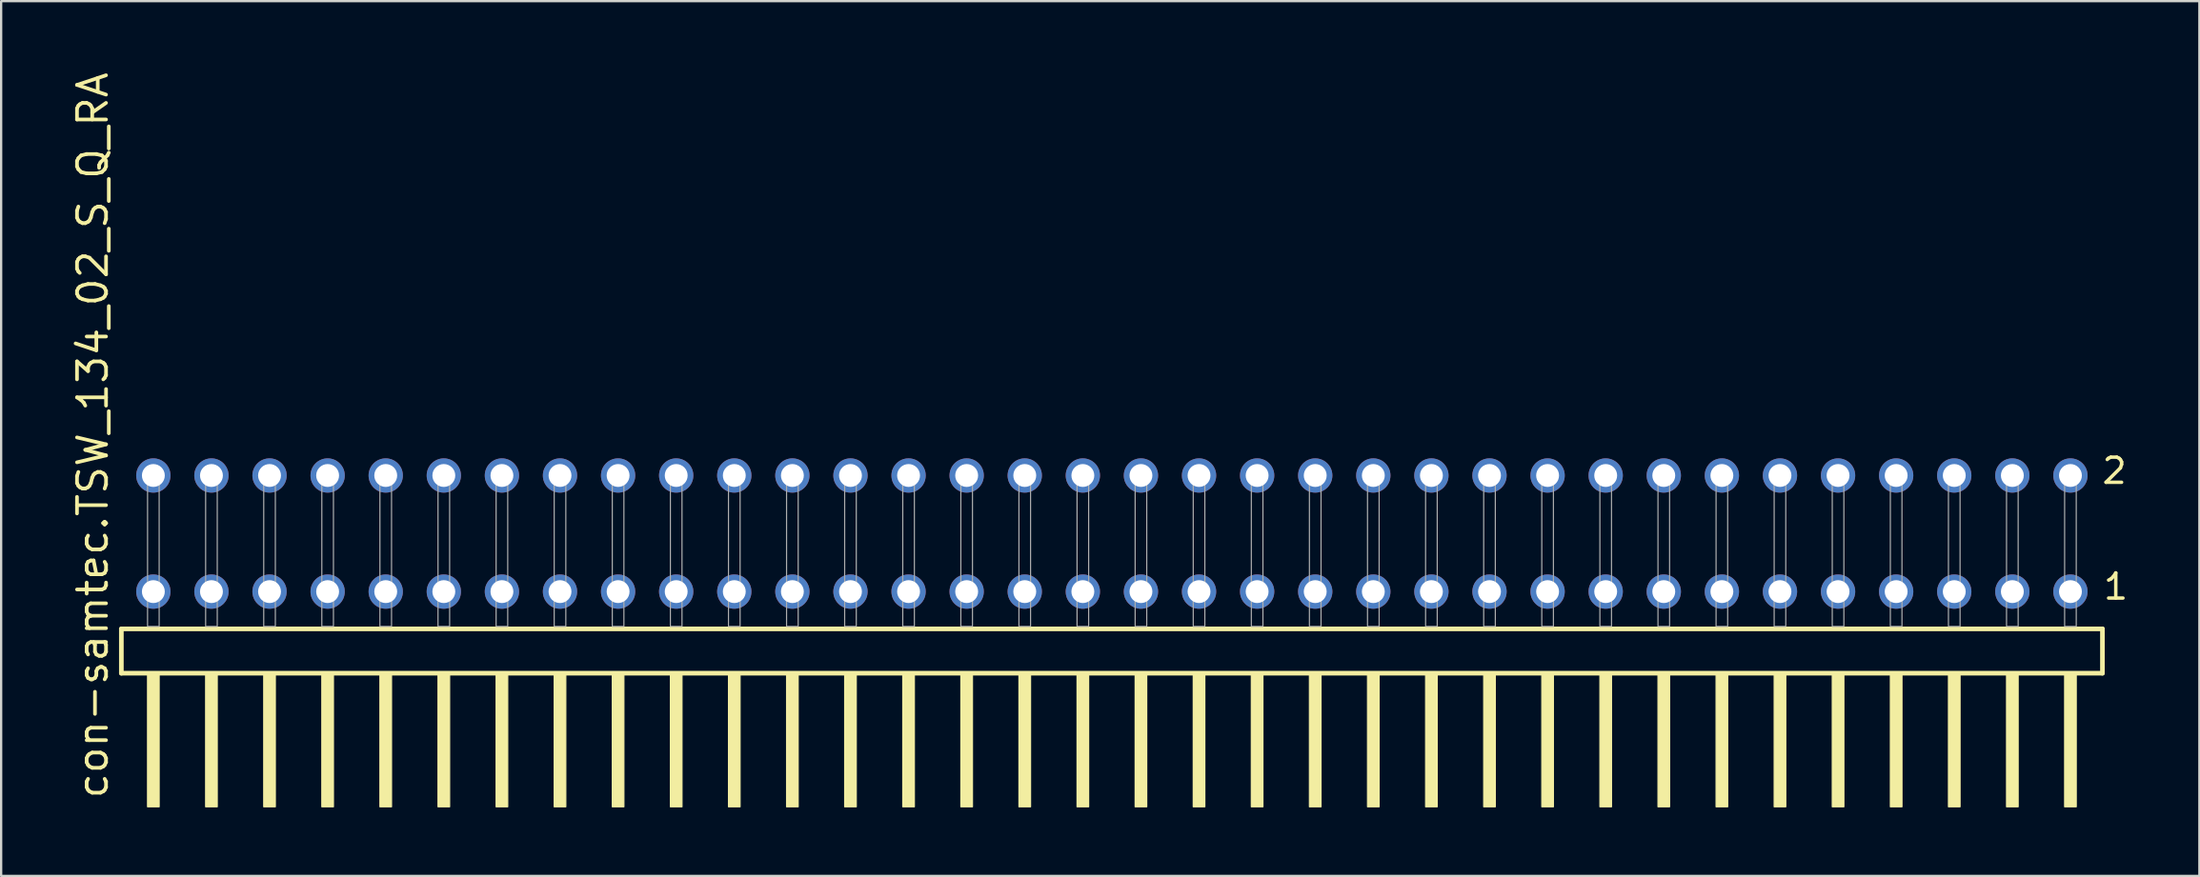
<source format=kicad_pcb>
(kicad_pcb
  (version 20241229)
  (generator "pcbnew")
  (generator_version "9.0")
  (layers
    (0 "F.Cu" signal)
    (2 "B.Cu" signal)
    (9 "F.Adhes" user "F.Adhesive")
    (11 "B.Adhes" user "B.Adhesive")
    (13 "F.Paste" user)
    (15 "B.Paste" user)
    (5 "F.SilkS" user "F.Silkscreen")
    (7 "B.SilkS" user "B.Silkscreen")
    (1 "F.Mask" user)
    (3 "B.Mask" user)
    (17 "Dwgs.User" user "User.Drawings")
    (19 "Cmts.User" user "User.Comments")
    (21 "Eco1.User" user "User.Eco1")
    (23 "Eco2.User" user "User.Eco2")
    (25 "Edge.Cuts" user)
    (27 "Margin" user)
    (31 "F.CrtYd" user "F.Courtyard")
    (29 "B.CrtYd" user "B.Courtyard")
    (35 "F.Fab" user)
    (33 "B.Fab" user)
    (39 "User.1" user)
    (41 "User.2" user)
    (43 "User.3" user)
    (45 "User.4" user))
  (footprint "con-samtec.TSW_134_02_S_Q_RA"
    (layer "F.Cu")
    (at 45.565 24.356)
    (property "Reference" "con-samtec.TSW_134_02_S_Q_RA" (at -43.815 7.62 90) (layer "F.SilkS") (effects (font (size 1.27 1.27) (thickness 0.16)) (justify left bottom)))
    (attr through_hole)
    (fp_line (start -43.309 0.106) (end -43.309 2.046) (stroke (width 0.203) (type default)) (layer "F.SilkS"))
    (fp_line (start -43.309 2.046) (end 43.309 2.046) (stroke (width 0.203) (type default)) (layer "F.SilkS"))
    (fp_line (start 43.309 0.106) (end -43.309 0.106) (stroke (width 0.203) (type default)) (layer "F.SilkS"))
    (fp_line (start 43.309 2.046) (end 43.309 0.106) (stroke (width 0.203) (type default)) (layer "F.SilkS"))
    (fp_rect (start -42.164 7.89) (end -41.656 2.04) (stroke (width 0.05) (type default)) (fill yes) (layer "F.SilkS"))
    (fp_rect (start -39.624 7.89) (end -39.116 2.04) (stroke (width 0.05) (type default)) (fill yes) (layer "F.SilkS"))
    (fp_rect (start -37.084 7.89) (end -36.576 2.04) (stroke (width 0.05) (type default)) (fill yes) (layer "F.SilkS"))
    (fp_rect (start -34.544 7.89) (end -34.036 2.04) (stroke (width 0.05) (type default)) (fill yes) (layer "F.SilkS"))
    (fp_rect (start -32.004 7.89) (end -31.496 2.04) (stroke (width 0.05) (type default)) (fill yes) (layer "F.SilkS"))
    (fp_rect (start -29.464 7.89) (end -28.956 2.04) (stroke (width 0.05) (type default)) (fill yes) (layer "F.SilkS"))
    (fp_rect (start -26.924 7.89) (end -26.416 2.04) (stroke (width 0.05) (type default)) (fill yes) (layer "F.SilkS"))
    (fp_rect (start -24.384 7.89) (end -23.876 2.04) (stroke (width 0.05) (type default)) (fill yes) (layer "F.SilkS"))
    (fp_rect (start -21.844 7.89) (end -21.336 2.04) (stroke (width 0.05) (type default)) (fill yes) (layer "F.SilkS"))
    (fp_rect (start -19.304 7.89) (end -18.796 2.04) (stroke (width 0.05) (type default)) (fill yes) (layer "F.SilkS"))
    (fp_rect (start -16.764 7.89) (end -16.256 2.04) (stroke (width 0.05) (type default)) (fill yes) (layer "F.SilkS"))
    (fp_rect (start -14.224 7.89) (end -13.716 2.04) (stroke (width 0.05) (type default)) (fill yes) (layer "F.SilkS"))
    (fp_rect (start -11.684 7.89) (end -11.176 2.04) (stroke (width 0.05) (type default)) (fill yes) (layer "F.SilkS"))
    (fp_rect (start -9.144 7.89) (end -8.636 2.04) (stroke (width 0.05) (type default)) (fill yes) (layer "F.SilkS"))
    (fp_rect (start -6.604 7.89) (end -6.096 2.04) (stroke (width 0.05) (type default)) (fill yes) (layer "F.SilkS"))
    (fp_rect (start -4.064 7.89) (end -3.556 2.04) (stroke (width 0.05) (type default)) (fill yes) (layer "F.SilkS"))
    (fp_rect (start -1.524 7.89) (end -1.016 2.04) (stroke (width 0.05) (type default)) (fill yes) (layer "F.SilkS"))
    (fp_rect (start 1.016 7.89) (end 1.524 2.04) (stroke (width 0.05) (type default)) (fill yes) (layer "F.SilkS"))
    (fp_rect (start 3.556 7.89) (end 4.064 2.04) (stroke (width 0.05) (type default)) (fill yes) (layer "F.SilkS"))
    (fp_rect (start 6.096 7.89) (end 6.604 2.04) (stroke (width 0.05) (type default)) (fill yes) (layer "F.SilkS"))
    (fp_rect (start 8.636 7.89) (end 9.144 2.04) (stroke (width 0.05) (type default)) (fill yes) (layer "F.SilkS"))
    (fp_rect (start 11.176 7.89) (end 11.684 2.04) (stroke (width 0.05) (type default)) (fill yes) (layer "F.SilkS"))
    (fp_rect (start 13.716 7.89) (end 14.224 2.04) (stroke (width 0.05) (type default)) (fill yes) (layer "F.SilkS"))
    (fp_rect (start 16.256 7.89) (end 16.764 2.04) (stroke (width 0.05) (type default)) (fill yes) (layer "F.SilkS"))
    (fp_rect (start 18.796 7.89) (end 19.304 2.04) (stroke (width 0.05) (type default)) (fill yes) (layer "F.SilkS"))
    (fp_rect (start 21.336 7.89) (end 21.844 2.04) (stroke (width 0.05) (type default)) (fill yes) (layer "F.SilkS"))
    (fp_rect (start 23.876 7.89) (end 24.384 2.04) (stroke (width 0.05) (type default)) (fill yes) (layer "F.SilkS"))
    (fp_rect (start 26.416 7.89) (end 26.924 2.04) (stroke (width 0.05) (type default)) (fill yes) (layer "F.SilkS"))
    (fp_rect (start 28.956 7.89) (end 29.464 2.04) (stroke (width 0.05) (type default)) (fill yes) (layer "F.SilkS"))
    (fp_rect (start 31.496 7.89) (end 32.004 2.04) (stroke (width 0.05) (type default)) (fill yes) (layer "F.SilkS"))
    (fp_rect (start 34.036 7.89) (end 34.544 2.04) (stroke (width 0.05) (type default)) (fill yes) (layer "F.SilkS"))
    (fp_rect (start 36.576 7.89) (end 37.084 2.04) (stroke (width 0.05) (type default)) (fill yes) (layer "F.SilkS"))
    (fp_rect (start 39.116 7.89) (end 39.624 2.04) (stroke (width 0.05) (type default)) (fill yes) (layer "F.SilkS"))
    (fp_rect (start 41.656 7.89) (end 42.164 2.04) (stroke (width 0.05) (type default)) (fill yes) (layer "F.SilkS"))
    (fp_rect (start -42.164 0) (end -41.656 -6.858) (stroke (width 0.05) (type default)) (fill no) (layer "F.Fab"))
    (fp_rect (start -39.624 0) (end -39.116 -6.858) (stroke (width 0.05) (type default)) (fill no) (layer "F.Fab"))
    (fp_rect (start -37.084 0) (end -36.576 -6.858) (stroke (width 0.05) (type default)) (fill no) (layer "F.Fab"))
    (fp_rect (start -34.544 0) (end -34.036 -6.858) (stroke (width 0.05) (type default)) (fill no) (layer "F.Fab"))
    (fp_rect (start -32.004 0) (end -31.496 -6.858) (stroke (width 0.05) (type default)) (fill no) (layer "F.Fab"))
    (fp_rect (start -29.464 0) (end -28.956 -6.858) (stroke (width 0.05) (type default)) (fill no) (layer "F.Fab"))
    (fp_rect (start -26.924 0) (end -26.416 -6.858) (stroke (width 0.05) (type default)) (fill no) (layer "F.Fab"))
    (fp_rect (start -24.384 0) (end -23.876 -6.858) (stroke (width 0.05) (type default)) (fill no) (layer "F.Fab"))
    (fp_rect (start -21.844 0) (end -21.336 -6.858) (stroke (width 0.05) (type default)) (fill no) (layer "F.Fab"))
    (fp_rect (start -19.304 0) (end -18.796 -6.858) (stroke (width 0.05) (type default)) (fill no) (layer "F.Fab"))
    (fp_rect (start -16.764 0) (end -16.256 -6.858) (stroke (width 0.05) (type default)) (fill no) (layer "F.Fab"))
    (fp_rect (start -14.224 0) (end -13.716 -6.858) (stroke (width 0.05) (type default)) (fill no) (layer "F.Fab"))
    (fp_rect (start -11.684 0) (end -11.176 -6.858) (stroke (width 0.05) (type default)) (fill no) (layer "F.Fab"))
    (fp_rect (start -9.144 0) (end -8.636 -6.858) (stroke (width 0.05) (type default)) (fill no) (layer "F.Fab"))
    (fp_rect (start -6.604 0) (end -6.096 -6.858) (stroke (width 0.05) (type default)) (fill no) (layer "F.Fab"))
    (fp_rect (start -4.064 0) (end -3.556 -6.858) (stroke (width 0.05) (type default)) (fill no) (layer "F.Fab"))
    (fp_rect (start -1.524 0) (end -1.016 -6.858) (stroke (width 0.05) (type default)) (fill no) (layer "F.Fab"))
    (fp_rect (start 1.016 0) (end 1.524 -6.858) (stroke (width 0.05) (type default)) (fill no) (layer "F.Fab"))
    (fp_rect (start 3.556 0) (end 4.064 -6.858) (stroke (width 0.05) (type default)) (fill no) (layer "F.Fab"))
    (fp_rect (start 6.096 0) (end 6.604 -6.858) (stroke (width 0.05) (type default)) (fill no) (layer "F.Fab"))
    (fp_rect (start 8.636 0) (end 9.144 -6.858) (stroke (width 0.05) (type default)) (fill no) (layer "F.Fab"))
    (fp_rect (start 11.176 0) (end 11.684 -6.858) (stroke (width 0.05) (type default)) (fill no) (layer "F.Fab"))
    (fp_rect (start 13.716 0) (end 14.224 -6.858) (stroke (width 0.05) (type default)) (fill no) (layer "F.Fab"))
    (fp_rect (start 16.256 0) (end 16.764 -6.858) (stroke (width 0.05) (type default)) (fill no) (layer "F.Fab"))
    (fp_rect (start 18.796 0) (end 19.304 -6.858) (stroke (width 0.05) (type default)) (fill no) (layer "F.Fab"))
    (fp_rect (start 21.336 0) (end 21.844 -6.858) (stroke (width 0.05) (type default)) (fill no) (layer "F.Fab"))
    (fp_rect (start 23.876 0) (end 24.384 -6.858) (stroke (width 0.05) (type default)) (fill no) (layer "F.Fab"))
    (fp_rect (start 26.416 0) (end 26.924 -6.858) (stroke (width 0.05) (type default)) (fill no) (layer "F.Fab"))
    (fp_rect (start 28.956 0) (end 29.464 -6.858) (stroke (width 0.05) (type default)) (fill no) (layer "F.Fab"))
    (fp_rect (start 31.496 0) (end 32.004 -6.858) (stroke (width 0.05) (type default)) (fill no) (layer "F.Fab"))
    (fp_rect (start 34.036 0) (end 34.544 -6.858) (stroke (width 0.05) (type default)) (fill no) (layer "F.Fab"))
    (fp_rect (start 36.576 0) (end 37.084 -6.858) (stroke (width 0.05) (type default)) (fill no) (layer "F.Fab"))
    (fp_rect (start 39.116 0) (end 39.624 -6.858) (stroke (width 0.05) (type default)) (fill no) (layer "F.Fab"))
    (fp_rect (start 41.656 0) (end 42.164 -6.858) (stroke (width 0.05) (type default)) (fill no) (layer "F.Fab"))
    (fp_text user "2" (at 43.21 -6.165 0) (layer "F.SilkS") (effects (font (size 1.1 1.1) (thickness 0.15)) (justify left bottom)))
    (fp_text user "1" (at 43.27 -1.1 0) (layer "F.SilkS") (effects (font (size 1.1 1.1) (thickness 0.15)) (justify left bottom)))
    (pad "1" thru_hole circle (at 41.91 -1.524 180) (size 1.5 1.5) (drill 1) (layers "*.Cu" "*.Mask"))
    (pad "2" thru_hole circle (at 41.91 -6.604 180) (size 1.5 1.5) (drill 1) (layers "*.Cu" "*.Mask"))
    (pad "3" thru_hole circle (at 39.37 -1.524 180) (size 1.5 1.5) (drill 1) (layers "*.Cu" "*.Mask"))
    (pad "4" thru_hole circle (at 39.37 -6.604 180) (size 1.5 1.5) (drill 1) (layers "*.Cu" "*.Mask"))
    (pad "5" thru_hole circle (at 36.83 -1.524 180) (size 1.5 1.5) (drill 1) (layers "*.Cu" "*.Mask"))
    (pad "6" thru_hole circle (at 36.83 -6.604 180) (size 1.5 1.5) (drill 1) (layers "*.Cu" "*.Mask"))
    (pad "7" thru_hole circle (at 34.29 -1.524 180) (size 1.5 1.5) (drill 1) (layers "*.Cu" "*.Mask"))
    (pad "8" thru_hole circle (at 34.29 -6.604 180) (size 1.5 1.5) (drill 1) (layers "*.Cu" "*.Mask"))
    (pad "9" thru_hole circle (at 31.75 -1.524 180) (size 1.5 1.5) (drill 1) (layers "*.Cu" "*.Mask"))
    (pad "10" thru_hole circle (at 31.75 -6.604 180) (size 1.5 1.5) (drill 1) (layers "*.Cu" "*.Mask"))
    (pad "11" thru_hole circle (at 29.21 -1.524 180) (size 1.5 1.5) (drill 1) (layers "*.Cu" "*.Mask"))
    (pad "12" thru_hole circle (at 29.21 -6.604 180) (size 1.5 1.5) (drill 1) (layers "*.Cu" "*.Mask"))
    (pad "13" thru_hole circle (at 26.67 -1.524 180) (size 1.5 1.5) (drill 1) (layers "*.Cu" "*.Mask"))
    (pad "14" thru_hole circle (at 26.67 -6.604 180) (size 1.5 1.5) (drill 1) (layers "*.Cu" "*.Mask"))
    (pad "15" thru_hole circle (at 24.13 -1.524 180) (size 1.5 1.5) (drill 1) (layers "*.Cu" "*.Mask"))
    (pad "16" thru_hole circle (at 24.13 -6.604 180) (size 1.5 1.5) (drill 1) (layers "*.Cu" "*.Mask"))
    (pad "17" thru_hole circle (at 21.59 -1.524 180) (size 1.5 1.5) (drill 1) (layers "*.Cu" "*.Mask"))
    (pad "18" thru_hole circle (at 21.59 -6.604 180) (size 1.5 1.5) (drill 1) (layers "*.Cu" "*.Mask"))
    (pad "19" thru_hole circle (at 19.05 -1.524 180) (size 1.5 1.5) (drill 1) (layers "*.Cu" "*.Mask"))
    (pad "20" thru_hole circle (at 19.05 -6.604 180) (size 1.5 1.5) (drill 1) (layers "*.Cu" "*.Mask"))
    (pad "21" thru_hole circle (at 16.51 -1.524 180) (size 1.5 1.5) (drill 1) (layers "*.Cu" "*.Mask"))
    (pad "22" thru_hole circle (at 16.51 -6.604 180) (size 1.5 1.5) (drill 1) (layers "*.Cu" "*.Mask"))
    (pad "23" thru_hole circle (at 13.97 -1.524 180) (size 1.5 1.5) (drill 1) (layers "*.Cu" "*.Mask"))
    (pad "24" thru_hole circle (at 13.97 -6.604 180) (size 1.5 1.5) (drill 1) (layers "*.Cu" "*.Mask"))
    (pad "25" thru_hole circle (at 11.43 -1.524 180) (size 1.5 1.5) (drill 1) (layers "*.Cu" "*.Mask"))
    (pad "26" thru_hole circle (at 11.43 -6.604 180) (size 1.5 1.5) (drill 1) (layers "*.Cu" "*.Mask"))
    (pad "27" thru_hole circle (at 8.89 -1.524 180) (size 1.5 1.5) (drill 1) (layers "*.Cu" "*.Mask"))
    (pad "28" thru_hole circle (at 8.89 -6.604 180) (size 1.5 1.5) (drill 1) (layers "*.Cu" "*.Mask"))
    (pad "29" thru_hole circle (at 6.35 -1.524 180) (size 1.5 1.5) (drill 1) (layers "*.Cu" "*.Mask"))
    (pad "30" thru_hole circle (at 6.35 -6.604 180) (size 1.5 1.5) (drill 1) (layers "*.Cu" "*.Mask"))
    (pad "31" thru_hole circle (at 3.81 -1.524 180) (size 1.5 1.5) (drill 1) (layers "*.Cu" "*.Mask"))
    (pad "32" thru_hole circle (at 3.81 -6.604 180) (size 1.5 1.5) (drill 1) (layers "*.Cu" "*.Mask"))
    (pad "33" thru_hole circle (at 1.27 -1.524 180) (size 1.5 1.5) (drill 1) (layers "*.Cu" "*.Mask"))
    (pad "34" thru_hole circle (at 1.27 -6.604 180) (size 1.5 1.5) (drill 1) (layers "*.Cu" "*.Mask"))
    (pad "35" thru_hole circle (at -1.27 -1.524 180) (size 1.5 1.5) (drill 1) (layers "*.Cu" "*.Mask"))
    (pad "36" thru_hole circle (at -1.27 -6.604 180) (size 1.5 1.5) (drill 1) (layers "*.Cu" "*.Mask"))
    (pad "37" thru_hole circle (at -3.81 -1.524 180) (size 1.5 1.5) (drill 1) (layers "*.Cu" "*.Mask"))
    (pad "38" thru_hole circle (at -3.81 -6.604 180) (size 1.5 1.5) (drill 1) (layers "*.Cu" "*.Mask"))
    (pad "39" thru_hole circle (at -6.35 -1.524 180) (size 1.5 1.5) (drill 1) (layers "*.Cu" "*.Mask"))
    (pad "40" thru_hole circle (at -6.35 -6.604 180) (size 1.5 1.5) (drill 1) (layers "*.Cu" "*.Mask"))
    (pad "41" thru_hole circle (at -8.89 -1.524 180) (size 1.5 1.5) (drill 1) (layers "*.Cu" "*.Mask"))
    (pad "42" thru_hole circle (at -8.89 -6.604 180) (size 1.5 1.5) (drill 1) (layers "*.Cu" "*.Mask"))
    (pad "43" thru_hole circle (at -11.43 -1.524 180) (size 1.5 1.5) (drill 1) (layers "*.Cu" "*.Mask"))
    (pad "44" thru_hole circle (at -11.43 -6.604 180) (size 1.5 1.5) (drill 1) (layers "*.Cu" "*.Mask"))
    (pad "45" thru_hole circle (at -13.97 -1.524 180) (size 1.5 1.5) (drill 1) (layers "*.Cu" "*.Mask"))
    (pad "46" thru_hole circle (at -13.97 -6.604 180) (size 1.5 1.5) (drill 1) (layers "*.Cu" "*.Mask"))
    (pad "47" thru_hole circle (at -16.51 -1.524 180) (size 1.5 1.5) (drill 1) (layers "*.Cu" "*.Mask"))
    (pad "48" thru_hole circle (at -16.51 -6.604 180) (size 1.5 1.5) (drill 1) (layers "*.Cu" "*.Mask"))
    (pad "49" thru_hole circle (at -19.05 -1.524 180) (size 1.5 1.5) (drill 1) (layers "*.Cu" "*.Mask"))
    (pad "50" thru_hole circle (at -19.05 -6.604 180) (size 1.5 1.5) (drill 1) (layers "*.Cu" "*.Mask"))
    (pad "51" thru_hole circle (at -21.59 -1.524 180) (size 1.5 1.5) (drill 1) (layers "*.Cu" "*.Mask"))
    (pad "52" thru_hole circle (at -21.59 -6.604 180) (size 1.5 1.5) (drill 1) (layers "*.Cu" "*.Mask"))
    (pad "53" thru_hole circle (at -24.13 -1.524 180) (size 1.5 1.5) (drill 1) (layers "*.Cu" "*.Mask"))
    (pad "54" thru_hole circle (at -24.13 -6.604 180) (size 1.5 1.5) (drill 1) (layers "*.Cu" "*.Mask"))
    (pad "55" thru_hole circle (at -26.67 -1.524 180) (size 1.5 1.5) (drill 1) (layers "*.Cu" "*.Mask"))
    (pad "56" thru_hole circle (at -26.67 -6.604 180) (size 1.5 1.5) (drill 1) (layers "*.Cu" "*.Mask"))
    (pad "57" thru_hole circle (at -29.21 -1.524 180) (size 1.5 1.5) (drill 1) (layers "*.Cu" "*.Mask"))
    (pad "58" thru_hole circle (at -29.21 -6.604 180) (size 1.5 1.5) (drill 1) (layers "*.Cu" "*.Mask"))
    (pad "59" thru_hole circle (at -31.75 -1.524 180) (size 1.5 1.5) (drill 1) (layers "*.Cu" "*.Mask"))
    (pad "60" thru_hole circle (at -31.75 -6.604 180) (size 1.5 1.5) (drill 1) (layers "*.Cu" "*.Mask"))
    (pad "61" thru_hole circle (at -34.29 -1.524 180) (size 1.5 1.5) (drill 1) (layers "*.Cu" "*.Mask"))
    (pad "62" thru_hole circle (at -34.29 -6.604 180) (size 1.5 1.5) (drill 1) (layers "*.Cu" "*.Mask"))
    (pad "63" thru_hole circle (at -36.83 -1.524 180) (size 1.5 1.5) (drill 1) (layers "*.Cu" "*.Mask"))
    (pad "64" thru_hole circle (at -36.83 -6.604 180) (size 1.5 1.5) (drill 1) (layers "*.Cu" "*.Mask"))
    (pad "65" thru_hole circle (at -39.37 -1.524 180) (size 1.5 1.5) (drill 1) (layers "*.Cu" "*.Mask"))
    (pad "66" thru_hole circle (at -39.37 -6.604 180) (size 1.5 1.5) (drill 1) (layers "*.Cu" "*.Mask"))
    (pad "67" thru_hole circle (at -41.91 -1.524 180) (size 1.5 1.5) (drill 1) (layers "*.Cu" "*.Mask"))
    (pad "68" thru_hole circle (at -41.91 -6.604 180) (size 1.5 1.5) (drill 1) (layers "*.Cu" "*.Mask")))
  (gr_rect
    (start -3 -3)
    (end 93.113 35.271)
    (stroke (width 0.1) (type default))
    (fill no)
    (layer "Edge.Cuts")))
</source>
